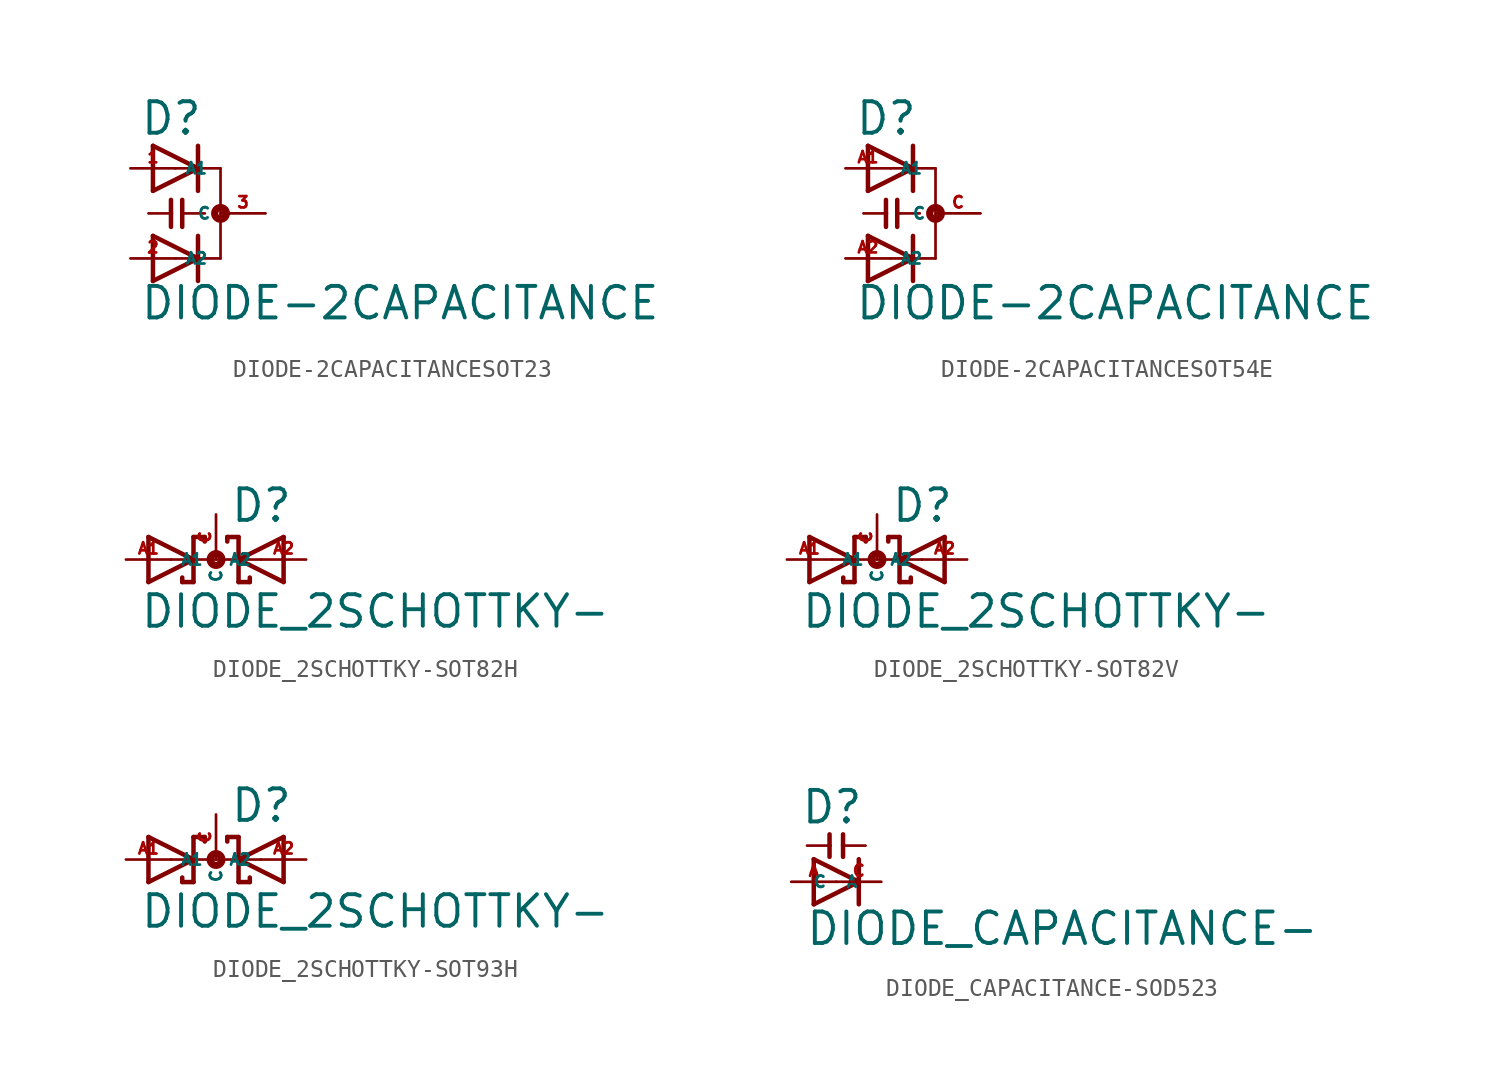
<source format=kicad_sym>
(kicad_symbol_lib
  (version 20220914)
  (generator Eagle2Kicad)
  (symbol "DIODE-2CAPACITANCESOT23"
    (property "Reference" "D"
      (at -2.032 4.318 0)
      (effects (font (size 1.778 1.778) (thickness 0.22)) (justify left bottom)))
    (property "Value" "DIODE-2CAPACITANCE"
      (at -2.032 -6.096 0)
      (effects (font (size 1.778 1.778) (thickness 0.22)) (justify left bottom)))
    (polyline
      (pts (xy -1.27 1.27) (xy 1.27 2.54))
      (stroke (width 0.254) (type default))
      (fill (type none)))
    (polyline
      (pts (xy 1.27 2.54) (xy -1.27 3.81))
      (stroke (width 0.254) (type default))
      (fill (type none)))
    (polyline
      (pts (xy 1.27 3.81) (xy 1.27 2.54))
      (stroke (width 0.254) (type default))
      (fill (type none)))
    (polyline
      (pts (xy 0 2.54) (xy 1.27 2.54))
      (stroke (width 0.152) (type default))
      (fill (type none)))
    (polyline
      (pts (xy -1.27 3.81) (xy -1.27 1.27))
      (stroke (width 0.254) (type default))
      (fill (type none)))
    (polyline
      (pts (xy 1.27 2.54) (xy 1.27 1.27))
      (stroke (width 0.254) (type default))
      (fill (type none)))
    (polyline
      (pts (xy 2.54 2.54) (xy 1.27 2.54))
      (stroke (width 0.152) (type default))
      (fill (type none)))
    (polyline
      (pts (xy -0.254 0.762) (xy -0.254 0))
      (stroke (width 0.254) (type default))
      (fill (type none)))
    (polyline
      (pts (xy 0.381 0.762) (xy 0.381 0))
      (stroke (width 0.254) (type default))
      (fill (type none)))
    (polyline
      (pts (xy 1.651 0) (xy 0.381 0))
      (stroke (width 0.152) (type default))
      (fill (type none)))
    (polyline
      (pts (xy 0.381 0) (xy 0.381 -0.762))
      (stroke (width 0.254) (type default))
      (fill (type none)))
    (polyline
      (pts (xy -0.254 0) (xy -1.524 0))
      (stroke (width 0.152) (type default))
      (fill (type none)))
    (polyline
      (pts (xy -0.254 0) (xy -0.254 -0.762))
      (stroke (width 0.254) (type default))
      (fill (type none)))
    (polyline
      (pts (xy -1.27 -3.81) (xy 1.27 -2.54))
      (stroke (width 0.254) (type default))
      (fill (type none)))
    (polyline
      (pts (xy 1.27 -2.54) (xy -1.27 -1.27))
      (stroke (width 0.254) (type default))
      (fill (type none)))
    (polyline
      (pts (xy 1.27 -1.27) (xy 1.27 -2.54))
      (stroke (width 0.254) (type default))
      (fill (type none)))
    (polyline
      (pts (xy 0 -2.54) (xy 1.27 -2.54))
      (stroke (width 0.152) (type default))
      (fill (type none)))
    (polyline
      (pts (xy -1.27 -1.27) (xy -1.27 -3.81))
      (stroke (width 0.254) (type default))
      (fill (type none)))
    (polyline
      (pts (xy 1.27 -2.54) (xy 1.27 -3.81))
      (stroke (width 0.254) (type default))
      (fill (type none)))
    (polyline
      (pts (xy 2.54 -2.54) (xy 1.27 -2.54))
      (stroke (width 0.152) (type default))
      (fill (type none)))
    (polyline
      (pts (xy 2.54 -2.54) (xy 2.54 2.54))
      (stroke (width 0.152) (type default))
      (fill (type none)))
    (circle
      (center 2.54 0)
      (radius 0.127)
      (stroke (width 0.406) (type default))
      (fill (type none)))
    (pin passive line
      (at -2.54 2.54 0)
      (length 2.54)
      (name "A1" (effects (font (size 0.635 0.635) (thickness 0.08)) (justify left bottom)))
      (number "1" (effects (font (size 0.635 0.635) (thickness 0.08)) (justify left bottom))))
    (pin passive line
      (at 5.08 0 180)
      (length 2.54)
      (name "C" (effects (font (size 0.635 0.635) (thickness 0.08)) (justify left bottom)))
      (number "3" (effects (font (size 0.635 0.635) (thickness 0.08)) (justify left bottom))))
    (pin passive line
      (at -2.54 -2.54 0)
      (length 2.54)
      (name "A2" (effects (font (size 0.635 0.635) (thickness 0.08)) (justify left bottom)))
      (number "2" (effects (font (size 0.635 0.635) (thickness 0.08)) (justify left bottom)))))
  (symbol "DIODE-2CAPACITANCESOT54E"
    (property "Reference" "D"
      (at -2.032 4.318 0)
      (effects (font (size 1.778 1.778) (thickness 0.22)) (justify left bottom)))
    (property "Value" "DIODE-2CAPACITANCE"
      (at -2.032 -6.096 0)
      (effects (font (size 1.778 1.778) (thickness 0.22)) (justify left bottom)))
    (polyline
      (pts (xy -1.27 1.27) (xy 1.27 2.54))
      (stroke (width 0.254) (type default))
      (fill (type none)))
    (polyline
      (pts (xy 1.27 2.54) (xy -1.27 3.81))
      (stroke (width 0.254) (type default))
      (fill (type none)))
    (polyline
      (pts (xy 1.27 3.81) (xy 1.27 2.54))
      (stroke (width 0.254) (type default))
      (fill (type none)))
    (polyline
      (pts (xy 0 2.54) (xy 1.27 2.54))
      (stroke (width 0.152) (type default))
      (fill (type none)))
    (polyline
      (pts (xy -1.27 3.81) (xy -1.27 1.27))
      (stroke (width 0.254) (type default))
      (fill (type none)))
    (polyline
      (pts (xy 1.27 2.54) (xy 1.27 1.27))
      (stroke (width 0.254) (type default))
      (fill (type none)))
    (polyline
      (pts (xy 2.54 2.54) (xy 1.27 2.54))
      (stroke (width 0.152) (type default))
      (fill (type none)))
    (polyline
      (pts (xy -0.254 0.762) (xy -0.254 0))
      (stroke (width 0.254) (type default))
      (fill (type none)))
    (polyline
      (pts (xy 0.381 0.762) (xy 0.381 0))
      (stroke (width 0.254) (type default))
      (fill (type none)))
    (polyline
      (pts (xy 1.651 0) (xy 0.381 0))
      (stroke (width 0.152) (type default))
      (fill (type none)))
    (polyline
      (pts (xy 0.381 0) (xy 0.381 -0.762))
      (stroke (width 0.254) (type default))
      (fill (type none)))
    (polyline
      (pts (xy -0.254 0) (xy -1.524 0))
      (stroke (width 0.152) (type default))
      (fill (type none)))
    (polyline
      (pts (xy -0.254 0) (xy -0.254 -0.762))
      (stroke (width 0.254) (type default))
      (fill (type none)))
    (polyline
      (pts (xy -1.27 -3.81) (xy 1.27 -2.54))
      (stroke (width 0.254) (type default))
      (fill (type none)))
    (polyline
      (pts (xy 1.27 -2.54) (xy -1.27 -1.27))
      (stroke (width 0.254) (type default))
      (fill (type none)))
    (polyline
      (pts (xy 1.27 -1.27) (xy 1.27 -2.54))
      (stroke (width 0.254) (type default))
      (fill (type none)))
    (polyline
      (pts (xy 0 -2.54) (xy 1.27 -2.54))
      (stroke (width 0.152) (type default))
      (fill (type none)))
    (polyline
      (pts (xy -1.27 -1.27) (xy -1.27 -3.81))
      (stroke (width 0.254) (type default))
      (fill (type none)))
    (polyline
      (pts (xy 1.27 -2.54) (xy 1.27 -3.81))
      (stroke (width 0.254) (type default))
      (fill (type none)))
    (polyline
      (pts (xy 2.54 -2.54) (xy 1.27 -2.54))
      (stroke (width 0.152) (type default))
      (fill (type none)))
    (polyline
      (pts (xy 2.54 -2.54) (xy 2.54 2.54))
      (stroke (width 0.152) (type default))
      (fill (type none)))
    (circle
      (center 2.54 0)
      (radius 0.127)
      (stroke (width 0.406) (type default))
      (fill (type none)))
    (pin passive line
      (at -2.54 2.54 0)
      (length 2.54)
      (name "A1" (effects (font (size 0.635 0.635) (thickness 0.08)) (justify left bottom)))
      (number "A1" (effects (font (size 0.635 0.635) (thickness 0.08)) (justify left bottom))))
    (pin passive line
      (at 5.08 0 180)
      (length 2.54)
      (name "C" (effects (font (size 0.635 0.635) (thickness 0.08)) (justify left bottom)))
      (number "C" (effects (font (size 0.635 0.635) (thickness 0.08)) (justify left bottom))))
    (pin passive line
      (at -2.54 -2.54 0)
      (length 2.54)
      (name "A2" (effects (font (size 0.635 0.635) (thickness 0.08)) (justify left bottom)))
      (number "A2" (effects (font (size 0.635 0.635) (thickness 0.08)) (justify left bottom)))))
  (symbol "DIODE_2SCHOTTKY-SOT82H"
    (property "Reference" "D"
      (at 0.762 2.007 0)
      (effects (font (size 1.778 1.778) (thickness 0.22)) (justify left bottom)))
    (property "Value" "DIODE_2SCHOTTKY-"
      (at -4.318 -3.962 0)
      (effects (font (size 1.778 1.778) (thickness 0.22)) (justify left bottom)))
    (polyline
      (pts (xy -3.81 -1.27) (xy -1.27 0))
      (stroke (width 0.254) (type default))
      (fill (type none)))
    (polyline
      (pts (xy -1.27 0) (xy -3.81 1.27))
      (stroke (width 0.254) (type default))
      (fill (type none)))
    (polyline
      (pts (xy -2.54 0) (xy -1.27 0))
      (stroke (width 0.152) (type default))
      (fill (type none)))
    (polyline
      (pts (xy -3.81 1.27) (xy -3.81 -1.27))
      (stroke (width 0.254) (type default))
      (fill (type none)))
    (polyline
      (pts (xy 3.81 1.27) (xy 1.27 0))
      (stroke (width 0.254) (type default))
      (fill (type none)))
    (polyline
      (pts (xy 1.27 0) (xy 3.81 -1.27))
      (stroke (width 0.254) (type default))
      (fill (type none)))
    (polyline
      (pts (xy 2.54 0) (xy 1.27 0))
      (stroke (width 0.152) (type default))
      (fill (type none)))
    (polyline
      (pts (xy 3.81 -1.27) (xy 3.81 1.27))
      (stroke (width 0.254) (type default))
      (fill (type none)))
    (polyline
      (pts (xy -0.635 1.016) (xy -0.635 1.27))
      (stroke (width 0.254) (type default))
      (fill (type none)))
    (polyline
      (pts (xy -0.635 1.27) (xy -1.27 1.27))
      (stroke (width 0.254) (type default))
      (fill (type none)))
    (polyline
      (pts (xy -1.27 1.27) (xy -1.27 0))
      (stroke (width 0.254) (type default))
      (fill (type none)))
    (polyline
      (pts (xy -1.905 -1.016) (xy -1.905 -1.27))
      (stroke (width 0.254) (type default))
      (fill (type none)))
    (polyline
      (pts (xy -1.27 0) (xy -1.27 -1.27))
      (stroke (width 0.254) (type default))
      (fill (type none)))
    (polyline
      (pts (xy -1.27 -1.27) (xy -1.905 -1.27))
      (stroke (width 0.254) (type default))
      (fill (type none)))
    (polyline
      (pts (xy 1.905 -1.016) (xy 1.905 -1.27))
      (stroke (width 0.254) (type default))
      (fill (type none)))
    (polyline
      (pts (xy 1.905 -1.27) (xy 1.27 -1.27))
      (stroke (width 0.254) (type default))
      (fill (type none)))
    (polyline
      (pts (xy 1.27 -1.27) (xy 1.27 0))
      (stroke (width 0.254) (type default))
      (fill (type none)))
    (polyline
      (pts (xy 0.635 1.016) (xy 0.635 1.27))
      (stroke (width 0.254) (type default))
      (fill (type none)))
    (polyline
      (pts (xy 1.27 0) (xy 1.27 1.27))
      (stroke (width 0.254) (type default))
      (fill (type none)))
    (polyline
      (pts (xy 1.27 1.27) (xy 0.635 1.27))
      (stroke (width 0.254) (type default))
      (fill (type none)))
    (polyline
      (pts (xy -1.27 0) (xy 1.27 0))
      (stroke (width 0.152) (type default))
      (fill (type none)))
    (circle
      (center 0 0)
      (radius 0.127)
      (stroke (width 0.406) (type default))
      (fill (type none)))
    (pin passive line
      (at -5.08 0 0)
      (length 2.54)
      (name "A1" (effects (font (size 0.635 0.635) (thickness 0.08)) (justify left bottom)))
      (number "A1" (effects (font (size 0.635 0.635) (thickness 0.08)) (justify left bottom))))
    (pin passive line
      (at 5.08 0 180)
      (length 2.54)
      (name "A2" (effects (font (size 0.635 0.635) (thickness 0.08)) (justify left bottom)))
      (number "A2" (effects (font (size 0.635 0.635) (thickness 0.08)) (justify left bottom))))
    (pin passive line
      (at 0 2.54 270)
      (length 2.54)
      (name "C" (effects (font (size 0.635 0.635) (thickness 0.08)) (justify left bottom)))
      (number "C" (effects (font (size 0.635 0.635) (thickness 0.08)) (justify left bottom)))))
  (symbol "DIODE_2SCHOTTKY-SOT82V"
    (property "Reference" "D"
      (at 0.762 2.007 0)
      (effects (font (size 1.778 1.778) (thickness 0.22)) (justify left bottom)))
    (property "Value" "DIODE_2SCHOTTKY-"
      (at -4.318 -3.962 0)
      (effects (font (size 1.778 1.778) (thickness 0.22)) (justify left bottom)))
    (polyline
      (pts (xy -3.81 -1.27) (xy -1.27 0))
      (stroke (width 0.254) (type default))
      (fill (type none)))
    (polyline
      (pts (xy -1.27 0) (xy -3.81 1.27))
      (stroke (width 0.254) (type default))
      (fill (type none)))
    (polyline
      (pts (xy -2.54 0) (xy -1.27 0))
      (stroke (width 0.152) (type default))
      (fill (type none)))
    (polyline
      (pts (xy -3.81 1.27) (xy -3.81 -1.27))
      (stroke (width 0.254) (type default))
      (fill (type none)))
    (polyline
      (pts (xy 3.81 1.27) (xy 1.27 0))
      (stroke (width 0.254) (type default))
      (fill (type none)))
    (polyline
      (pts (xy 1.27 0) (xy 3.81 -1.27))
      (stroke (width 0.254) (type default))
      (fill (type none)))
    (polyline
      (pts (xy 2.54 0) (xy 1.27 0))
      (stroke (width 0.152) (type default))
      (fill (type none)))
    (polyline
      (pts (xy 3.81 -1.27) (xy 3.81 1.27))
      (stroke (width 0.254) (type default))
      (fill (type none)))
    (polyline
      (pts (xy -0.635 1.016) (xy -0.635 1.27))
      (stroke (width 0.254) (type default))
      (fill (type none)))
    (polyline
      (pts (xy -0.635 1.27) (xy -1.27 1.27))
      (stroke (width 0.254) (type default))
      (fill (type none)))
    (polyline
      (pts (xy -1.27 1.27) (xy -1.27 0))
      (stroke (width 0.254) (type default))
      (fill (type none)))
    (polyline
      (pts (xy -1.905 -1.016) (xy -1.905 -1.27))
      (stroke (width 0.254) (type default))
      (fill (type none)))
    (polyline
      (pts (xy -1.27 0) (xy -1.27 -1.27))
      (stroke (width 0.254) (type default))
      (fill (type none)))
    (polyline
      (pts (xy -1.27 -1.27) (xy -1.905 -1.27))
      (stroke (width 0.254) (type default))
      (fill (type none)))
    (polyline
      (pts (xy 1.905 -1.016) (xy 1.905 -1.27))
      (stroke (width 0.254) (type default))
      (fill (type none)))
    (polyline
      (pts (xy 1.905 -1.27) (xy 1.27 -1.27))
      (stroke (width 0.254) (type default))
      (fill (type none)))
    (polyline
      (pts (xy 1.27 -1.27) (xy 1.27 0))
      (stroke (width 0.254) (type default))
      (fill (type none)))
    (polyline
      (pts (xy 0.635 1.016) (xy 0.635 1.27))
      (stroke (width 0.254) (type default))
      (fill (type none)))
    (polyline
      (pts (xy 1.27 0) (xy 1.27 1.27))
      (stroke (width 0.254) (type default))
      (fill (type none)))
    (polyline
      (pts (xy 1.27 1.27) (xy 0.635 1.27))
      (stroke (width 0.254) (type default))
      (fill (type none)))
    (polyline
      (pts (xy -1.27 0) (xy 1.27 0))
      (stroke (width 0.152) (type default))
      (fill (type none)))
    (circle
      (center 0 0)
      (radius 0.127)
      (stroke (width 0.406) (type default))
      (fill (type none)))
    (pin passive line
      (at -5.08 0 0)
      (length 2.54)
      (name "A1" (effects (font (size 0.635 0.635) (thickness 0.08)) (justify left bottom)))
      (number "A1" (effects (font (size 0.635 0.635) (thickness 0.08)) (justify left bottom))))
    (pin passive line
      (at 5.08 0 180)
      (length 2.54)
      (name "A2" (effects (font (size 0.635 0.635) (thickness 0.08)) (justify left bottom)))
      (number "A2" (effects (font (size 0.635 0.635) (thickness 0.08)) (justify left bottom))))
    (pin passive line
      (at 0 2.54 270)
      (length 2.54)
      (name "C" (effects (font (size 0.635 0.635) (thickness 0.08)) (justify left bottom)))
      (number "C" (effects (font (size 0.635 0.635) (thickness 0.08)) (justify left bottom)))))
  (symbol "DIODE_2SCHOTTKY-SOT93H"
    (property "Reference" "D"
      (at 0.762 2.007 0)
      (effects (font (size 1.778 1.778) (thickness 0.22)) (justify left bottom)))
    (property "Value" "DIODE_2SCHOTTKY-"
      (at -4.318 -3.962 0)
      (effects (font (size 1.778 1.778) (thickness 0.22)) (justify left bottom)))
    (polyline
      (pts (xy -3.81 -1.27) (xy -1.27 0))
      (stroke (width 0.254) (type default))
      (fill (type none)))
    (polyline
      (pts (xy -1.27 0) (xy -3.81 1.27))
      (stroke (width 0.254) (type default))
      (fill (type none)))
    (polyline
      (pts (xy -2.54 0) (xy -1.27 0))
      (stroke (width 0.152) (type default))
      (fill (type none)))
    (polyline
      (pts (xy -3.81 1.27) (xy -3.81 -1.27))
      (stroke (width 0.254) (type default))
      (fill (type none)))
    (polyline
      (pts (xy 3.81 1.27) (xy 1.27 0))
      (stroke (width 0.254) (type default))
      (fill (type none)))
    (polyline
      (pts (xy 1.27 0) (xy 3.81 -1.27))
      (stroke (width 0.254) (type default))
      (fill (type none)))
    (polyline
      (pts (xy 2.54 0) (xy 1.27 0))
      (stroke (width 0.152) (type default))
      (fill (type none)))
    (polyline
      (pts (xy 3.81 -1.27) (xy 3.81 1.27))
      (stroke (width 0.254) (type default))
      (fill (type none)))
    (polyline
      (pts (xy -0.635 1.016) (xy -0.635 1.27))
      (stroke (width 0.254) (type default))
      (fill (type none)))
    (polyline
      (pts (xy -0.635 1.27) (xy -1.27 1.27))
      (stroke (width 0.254) (type default))
      (fill (type none)))
    (polyline
      (pts (xy -1.27 1.27) (xy -1.27 0))
      (stroke (width 0.254) (type default))
      (fill (type none)))
    (polyline
      (pts (xy -1.905 -1.016) (xy -1.905 -1.27))
      (stroke (width 0.254) (type default))
      (fill (type none)))
    (polyline
      (pts (xy -1.27 0) (xy -1.27 -1.27))
      (stroke (width 0.254) (type default))
      (fill (type none)))
    (polyline
      (pts (xy -1.27 -1.27) (xy -1.905 -1.27))
      (stroke (width 0.254) (type default))
      (fill (type none)))
    (polyline
      (pts (xy 1.905 -1.016) (xy 1.905 -1.27))
      (stroke (width 0.254) (type default))
      (fill (type none)))
    (polyline
      (pts (xy 1.905 -1.27) (xy 1.27 -1.27))
      (stroke (width 0.254) (type default))
      (fill (type none)))
    (polyline
      (pts (xy 1.27 -1.27) (xy 1.27 0))
      (stroke (width 0.254) (type default))
      (fill (type none)))
    (polyline
      (pts (xy 0.635 1.016) (xy 0.635 1.27))
      (stroke (width 0.254) (type default))
      (fill (type none)))
    (polyline
      (pts (xy 1.27 0) (xy 1.27 1.27))
      (stroke (width 0.254) (type default))
      (fill (type none)))
    (polyline
      (pts (xy 1.27 1.27) (xy 0.635 1.27))
      (stroke (width 0.254) (type default))
      (fill (type none)))
    (polyline
      (pts (xy -1.27 0) (xy 1.27 0))
      (stroke (width 0.152) (type default))
      (fill (type none)))
    (circle
      (center 0 0)
      (radius 0.127)
      (stroke (width 0.406) (type default))
      (fill (type none)))
    (pin passive line
      (at -5.08 0 0)
      (length 2.54)
      (name "A1" (effects (font (size 0.635 0.635) (thickness 0.08)) (justify left bottom)))
      (number "A1" (effects (font (size 0.635 0.635) (thickness 0.08)) (justify left bottom))))
    (pin passive line
      (at 5.08 0 180)
      (length 2.54)
      (name "A2" (effects (font (size 0.635 0.635) (thickness 0.08)) (justify left bottom)))
      (number "A2" (effects (font (size 0.635 0.635) (thickness 0.08)) (justify left bottom))))
    (pin passive line
      (at 0 2.54 270)
      (length 2.54)
      (name "C" (effects (font (size 0.635 0.635) (thickness 0.08)) (justify left bottom)))
      (number "C" (effects (font (size 0.635 0.635) (thickness 0.08)) (justify left bottom)))))
  (symbol "DIODE_CAPACITANCE-SOD523"
    (property "Reference" "D"
      (at -2.032 3.175 0)
      (effects (font (size 1.778 1.778) (thickness 0.22)) (justify left bottom)))
    (property "Value" "DIODE_CAPACITANCE-"
      (at -1.778 -3.683 0)
      (effects (font (size 1.778 1.778) (thickness 0.22)) (justify left bottom)))
    (polyline
      (pts (xy -1.27 -1.27) (xy 1.27 0))
      (stroke (width 0.254) (type default))
      (fill (type none)))
    (polyline
      (pts (xy 1.27 0) (xy -1.27 1.27))
      (stroke (width 0.254) (type default))
      (fill (type none)))
    (polyline
      (pts (xy 1.27 1.27) (xy 1.27 0))
      (stroke (width 0.254) (type default))
      (fill (type none)))
    (polyline
      (pts (xy -1.27 1.27) (xy -1.27 -1.27))
      (stroke (width 0.254) (type default))
      (fill (type none)))
    (polyline
      (pts (xy 1.27 0) (xy 1.27 -1.27))
      (stroke (width 0.254) (type default))
      (fill (type none)))
    (polyline
      (pts (xy -0.381 2.675) (xy -0.381 2.04))
      (stroke (width 0.254) (type default))
      (fill (type none)))
    (polyline
      (pts (xy 0.381 2.675) (xy 0.381 2.04))
      (stroke (width 0.254) (type default))
      (fill (type none)))
    (polyline
      (pts (xy 1.651 2.04) (xy 0.381 2.04))
      (stroke (width 0.152) (type default))
      (fill (type none)))
    (polyline
      (pts (xy 0.381 2.04) (xy 0.381 1.405))
      (stroke (width 0.254) (type default))
      (fill (type none)))
    (polyline
      (pts (xy -0.381 2.04) (xy -1.651 2.04))
      (stroke (width 0.152) (type default))
      (fill (type none)))
    (polyline
      (pts (xy -0.381 2.04) (xy -0.381 1.405))
      (stroke (width 0.254) (type default))
      (fill (type none)))
    (pin passive line
      (at -2.54 0 0)
      (length 2.54)
      (name "A" (effects (font (size 0.635 0.635) (thickness 0.08)) (justify left bottom)))
      (number "A" (effects (font (size 0.635 0.635) (thickness 0.08)) (justify left bottom))))
    (pin passive line
      (at 2.54 0 180)
      (length 2.54)
      (name "C" (effects (font (size 0.635 0.635) (thickness 0.08)) (justify left bottom)))
      (number "C" (effects (font (size 0.635 0.635) (thickness 0.08)) (justify left bottom))))))
</source>
